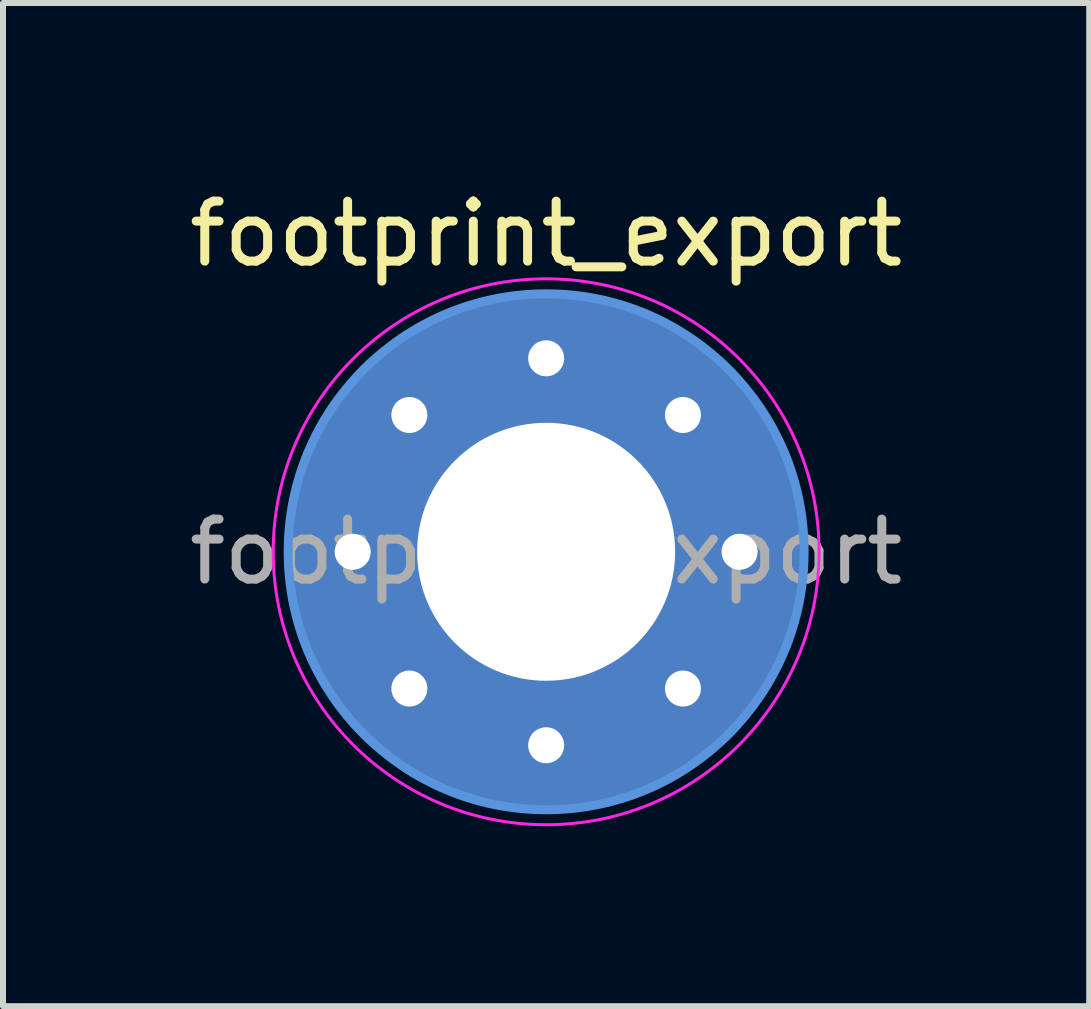
<source format=kicad_pcb>
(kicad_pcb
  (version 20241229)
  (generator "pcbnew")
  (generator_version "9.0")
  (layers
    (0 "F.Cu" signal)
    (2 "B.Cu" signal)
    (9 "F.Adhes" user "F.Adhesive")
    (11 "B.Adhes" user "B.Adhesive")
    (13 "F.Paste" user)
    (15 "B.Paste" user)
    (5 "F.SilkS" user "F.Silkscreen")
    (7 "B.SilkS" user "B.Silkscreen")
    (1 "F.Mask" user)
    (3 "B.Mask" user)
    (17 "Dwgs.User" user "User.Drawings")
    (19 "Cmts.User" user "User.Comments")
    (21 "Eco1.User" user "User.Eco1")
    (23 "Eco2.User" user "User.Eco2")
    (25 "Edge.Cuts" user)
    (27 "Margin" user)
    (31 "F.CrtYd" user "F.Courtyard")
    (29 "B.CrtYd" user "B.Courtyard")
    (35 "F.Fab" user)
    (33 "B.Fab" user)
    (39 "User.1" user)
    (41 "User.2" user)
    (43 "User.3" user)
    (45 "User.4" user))
  (footprint "footprint_export"
    (layer "F.Cu")
    (at 6.054 6.148)
    (property "Reference" "footprint_export" (at 0 -5.3 0) (layer "F.SilkS") (effects (font (size 1 1) (thickness 0.15))))
    (attr exclude_from_pos_files exclude_from_bom)
    (fp_circle (center 0 0) (end 4.3 0) (stroke (width 0.15) (type solid)) (fill no) (layer "Cmts.User"))
    (fp_circle (center 0 0) (end 4.55 0) (stroke (width 0.05) (type solid)) (fill no) (layer "F.CrtYd"))
    (fp_text user "${REFERENCE}" (at 0 0 0) (layer "F.Fab") (effects (font (size 1 1) (thickness 0.15))))
    (pad "1" thru_hole circle (at -3.225 0) (size 0.9 0.9) (drill 0.6) (layers "*.Cu" "*.Mask"))
    (pad "1" thru_hole circle (at -2.28 -2.28) (size 0.9 0.9) (drill 0.6) (layers "*.Cu" "*.Mask"))
    (pad "1" thru_hole circle (at -2.28 2.28) (size 0.9 0.9) (drill 0.6) (layers "*.Cu" "*.Mask"))
    (pad "1" thru_hole circle (at 0 -3.225) (size 0.9 0.9) (drill 0.6) (layers "*.Cu" "*.Mask"))
    (pad "1" thru_hole circle (at 0 0) (size 8.6 8.6) (drill 4.3) (layers "*.Cu" "*.Mask"))
    (pad "1" thru_hole circle (at 0 3.225) (size 0.9 0.9) (drill 0.6) (layers "*.Cu" "*.Mask"))
    (pad "1" thru_hole circle (at 2.28 -2.28) (size 0.9 0.9) (drill 0.6) (layers "*.Cu" "*.Mask"))
    (pad "1" thru_hole circle (at 2.28 2.28) (size 0.9 0.9) (drill 0.6) (layers "*.Cu" "*.Mask"))
    (pad "1" thru_hole circle (at 3.225 0) (size 0.9 0.9) (drill 0.6) (layers "*.Cu" "*.Mask")))
  (gr_rect
    (start -3 -3)
    (end 15.107 13.723)
    (stroke (width 0.1) (type default))
    (fill no)
    (layer "Edge.Cuts")))
</source>
